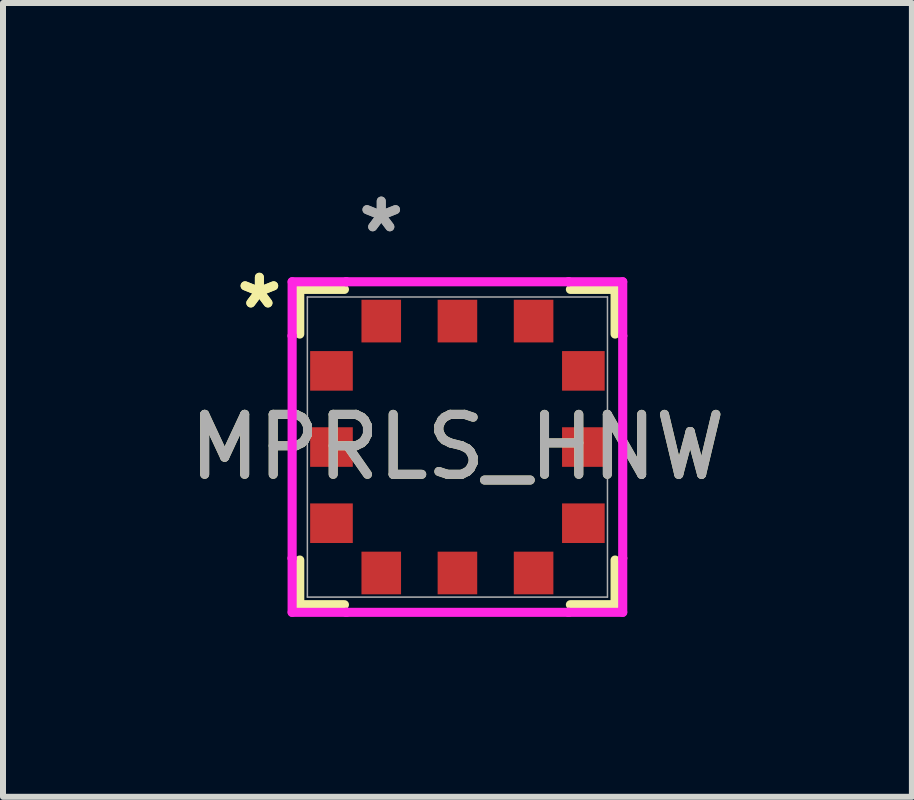
<source format=kicad_pcb>
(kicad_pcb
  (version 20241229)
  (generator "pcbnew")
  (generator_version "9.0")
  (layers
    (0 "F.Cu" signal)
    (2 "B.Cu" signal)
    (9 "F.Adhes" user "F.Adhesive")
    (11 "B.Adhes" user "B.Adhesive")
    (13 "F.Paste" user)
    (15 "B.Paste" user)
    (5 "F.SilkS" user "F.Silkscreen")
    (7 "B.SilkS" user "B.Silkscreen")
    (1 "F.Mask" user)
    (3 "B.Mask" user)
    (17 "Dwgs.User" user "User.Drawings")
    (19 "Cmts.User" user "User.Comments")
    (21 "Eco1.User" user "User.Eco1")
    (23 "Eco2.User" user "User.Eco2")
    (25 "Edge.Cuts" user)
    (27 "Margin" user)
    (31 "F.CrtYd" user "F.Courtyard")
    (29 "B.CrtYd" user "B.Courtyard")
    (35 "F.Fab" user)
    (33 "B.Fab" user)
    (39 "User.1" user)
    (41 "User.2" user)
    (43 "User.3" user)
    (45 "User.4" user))
  (footprint "MPRLS_HNW"
    (layer "F.Cu")
    (at 4.577 4.404)
    (property "Reference" "MPRLS_HNW" (at 0 0 0) (unlocked yes) (layer "F.SilkS") (effects (font (size 1 1) (thickness 0.15))))
    (attr smd)
    (fp_line (start -2.629 -2.629) (end -2.629 -1.884) (stroke (width 0.152) (type solid)) (layer "F.SilkS"))
    (fp_line (start -2.629 1.884) (end -2.629 2.629) (stroke (width 0.152) (type solid)) (layer "F.SilkS"))
    (fp_line (start -2.629 2.629) (end -1.884 2.629) (stroke (width 0.152) (type solid)) (layer "F.SilkS"))
    (fp_line (start -1.884 -2.629) (end -2.629 -2.629) (stroke (width 0.152) (type solid)) (layer "F.SilkS"))
    (fp_line (start 1.884 2.629) (end 2.629 2.629) (stroke (width 0.152) (type solid)) (layer "F.SilkS"))
    (fp_line (start 2.629 -2.629) (end 1.884 -2.629) (stroke (width 0.152) (type solid)) (layer "F.SilkS"))
    (fp_line (start 2.629 -1.884) (end 2.629 -2.629) (stroke (width 0.152) (type solid)) (layer "F.SilkS"))
    (fp_line (start 2.629 2.629) (end 2.629 1.884) (stroke (width 0.152) (type solid)) (layer "F.SilkS"))
    (fp_line (start -2.756 -2.756) (end -1.854 -2.756) (stroke (width 0.152) (type solid)) (layer "F.CrtYd"))
    (fp_line (start -2.756 -1.854) (end -2.756 -2.756) (stroke (width 0.152) (type solid)) (layer "F.CrtYd"))
    (fp_line (start -2.756 -1.854) (end -2.756 -1.854) (stroke (width 0.152) (type solid)) (layer "F.CrtYd"))
    (fp_line (start -2.756 1.854) (end -2.756 -1.854) (stroke (width 0.152) (type solid)) (layer "F.CrtYd"))
    (fp_line (start -2.756 1.854) (end -2.756 1.854) (stroke (width 0.152) (type solid)) (layer "F.CrtYd"))
    (fp_line (start -2.756 2.756) (end -2.756 1.854) (stroke (width 0.152) (type solid)) (layer "F.CrtYd"))
    (fp_line (start -1.854 -2.756) (end -1.854 -2.756) (stroke (width 0.152) (type solid)) (layer "F.CrtYd"))
    (fp_line (start -1.854 -2.756) (end 1.854 -2.756) (stroke (width 0.152) (type solid)) (layer "F.CrtYd"))
    (fp_line (start -1.854 2.756) (end -2.756 2.756) (stroke (width 0.152) (type solid)) (layer "F.CrtYd"))
    (fp_line (start -1.854 2.756) (end -1.854 2.756) (stroke (width 0.152) (type solid)) (layer "F.CrtYd"))
    (fp_line (start 1.854 -2.756) (end 1.854 -2.756) (stroke (width 0.152) (type solid)) (layer "F.CrtYd"))
    (fp_line (start 1.854 -2.756) (end 2.756 -2.756) (stroke (width 0.152) (type solid)) (layer "F.CrtYd"))
    (fp_line (start 1.854 2.756) (end -1.854 2.756) (stroke (width 0.152) (type solid)) (layer "F.CrtYd"))
    (fp_line (start 1.854 2.756) (end 1.854 2.756) (stroke (width 0.152) (type solid)) (layer "F.CrtYd"))
    (fp_line (start 2.756 -2.756) (end 2.756 -1.854) (stroke (width 0.152) (type solid)) (layer "F.CrtYd"))
    (fp_line (start 2.756 -1.854) (end 2.756 -1.854) (stroke (width 0.152) (type solid)) (layer "F.CrtYd"))
    (fp_line (start 2.756 -1.854) (end 2.756 1.854) (stroke (width 0.152) (type solid)) (layer "F.CrtYd"))
    (fp_line (start 2.756 1.854) (end 2.756 1.854) (stroke (width 0.152) (type solid)) (layer "F.CrtYd"))
    (fp_line (start 2.756 1.854) (end 2.756 2.756) (stroke (width 0.152) (type solid)) (layer "F.CrtYd"))
    (fp_line (start 2.756 2.756) (end 1.854 2.756) (stroke (width 0.152) (type solid)) (layer "F.CrtYd"))
    (fp_line (start -2.502 -2.502) (end -2.502 2.502) (stroke (width 0.025) (type solid)) (layer "F.Fab"))
    (fp_line (start -2.502 2.502) (end 2.502 2.502) (stroke (width 0.025) (type solid)) (layer "F.Fab"))
    (fp_line (start 2.502 -2.502) (end -2.502 -2.502) (stroke (width 0.025) (type solid)) (layer "F.Fab"))
    (fp_line (start 2.502 2.502) (end 2.502 -2.502) (stroke (width 0.025) (type solid)) (layer "F.Fab"))
    (fp_text user "*" (at -3.302 -2.286 0) (layer "F.SilkS") (effects (font (size 1 1) (thickness 0.15))))
    (fp_text user "*" (at -3.302 -2.286 0) (unlocked yes) (layer "F.SilkS") (effects (font (size 1 1) (thickness 0.15))))
    (fp_text user "*" (at -1.27 -3.556 0) (layer "F.Fab") (effects (font (size 1 1) (thickness 0.15))))
    (fp_text user "${REFERENCE}" (at 0 0 0) (unlocked yes) (layer "F.Fab") (effects (font (size 1 1) (thickness 0.15))))
    (fp_text user "*" (at -1.27 -3.556 0) (unlocked yes) (layer "F.Fab") (effects (font (size 1 1) (thickness 0.15))))
    (pad "1" smd rect (at -1.27 -2.1 90) (size 0.711 0.66) (layers "F.Cu" "F.Mask" "F.Paste"))
    (pad "2" smd rect (at 0 -2.1 90) (size 0.711 0.66) (layers "F.Cu" "F.Mask" "F.Paste"))
    (pad "3" smd rect (at 1.27 -2.1 90) (size 0.711 0.66) (layers "F.Cu" "F.Mask" "F.Paste"))
    (pad "4" smd rect (at 2.1 -1.27) (size 0.711 0.66) (layers "F.Cu" "F.Mask" "F.Paste"))
    (pad "5" smd rect (at 2.1 0) (size 0.711 0.66) (layers "F.Cu" "F.Mask" "F.Paste"))
    (pad "6" smd rect (at 2.1 1.27) (size 0.711 0.66) (layers "F.Cu" "F.Mask" "F.Paste"))
    (pad "7" smd rect (at 1.27 2.1 90) (size 0.711 0.66) (layers "F.Cu" "F.Mask" "F.Paste"))
    (pad "8" smd rect (at 0 2.1 90) (size 0.711 0.66) (layers "F.Cu" "F.Mask" "F.Paste"))
    (pad "9" smd rect (at -1.27 2.1 90) (size 0.711 0.66) (layers "F.Cu" "F.Mask" "F.Paste"))
    (pad "10" smd rect (at -2.1 1.27) (size 0.711 0.66) (layers "F.Cu" "F.Mask" "F.Paste"))
    (pad "11" smd rect (at -2.1 0) (size 0.711 0.66) (layers "F.Cu" "F.Mask" "F.Paste"))
    (pad "12" smd rect (at -2.1 -1.27) (size 0.711 0.66) (layers "F.Cu" "F.Mask" "F.Paste")))
  (gr_rect
    (start -3 -3)
    (end 12.155 10.236)
    (stroke (width 0.1) (type default))
    (fill no)
    (layer "Edge.Cuts")))
</source>
